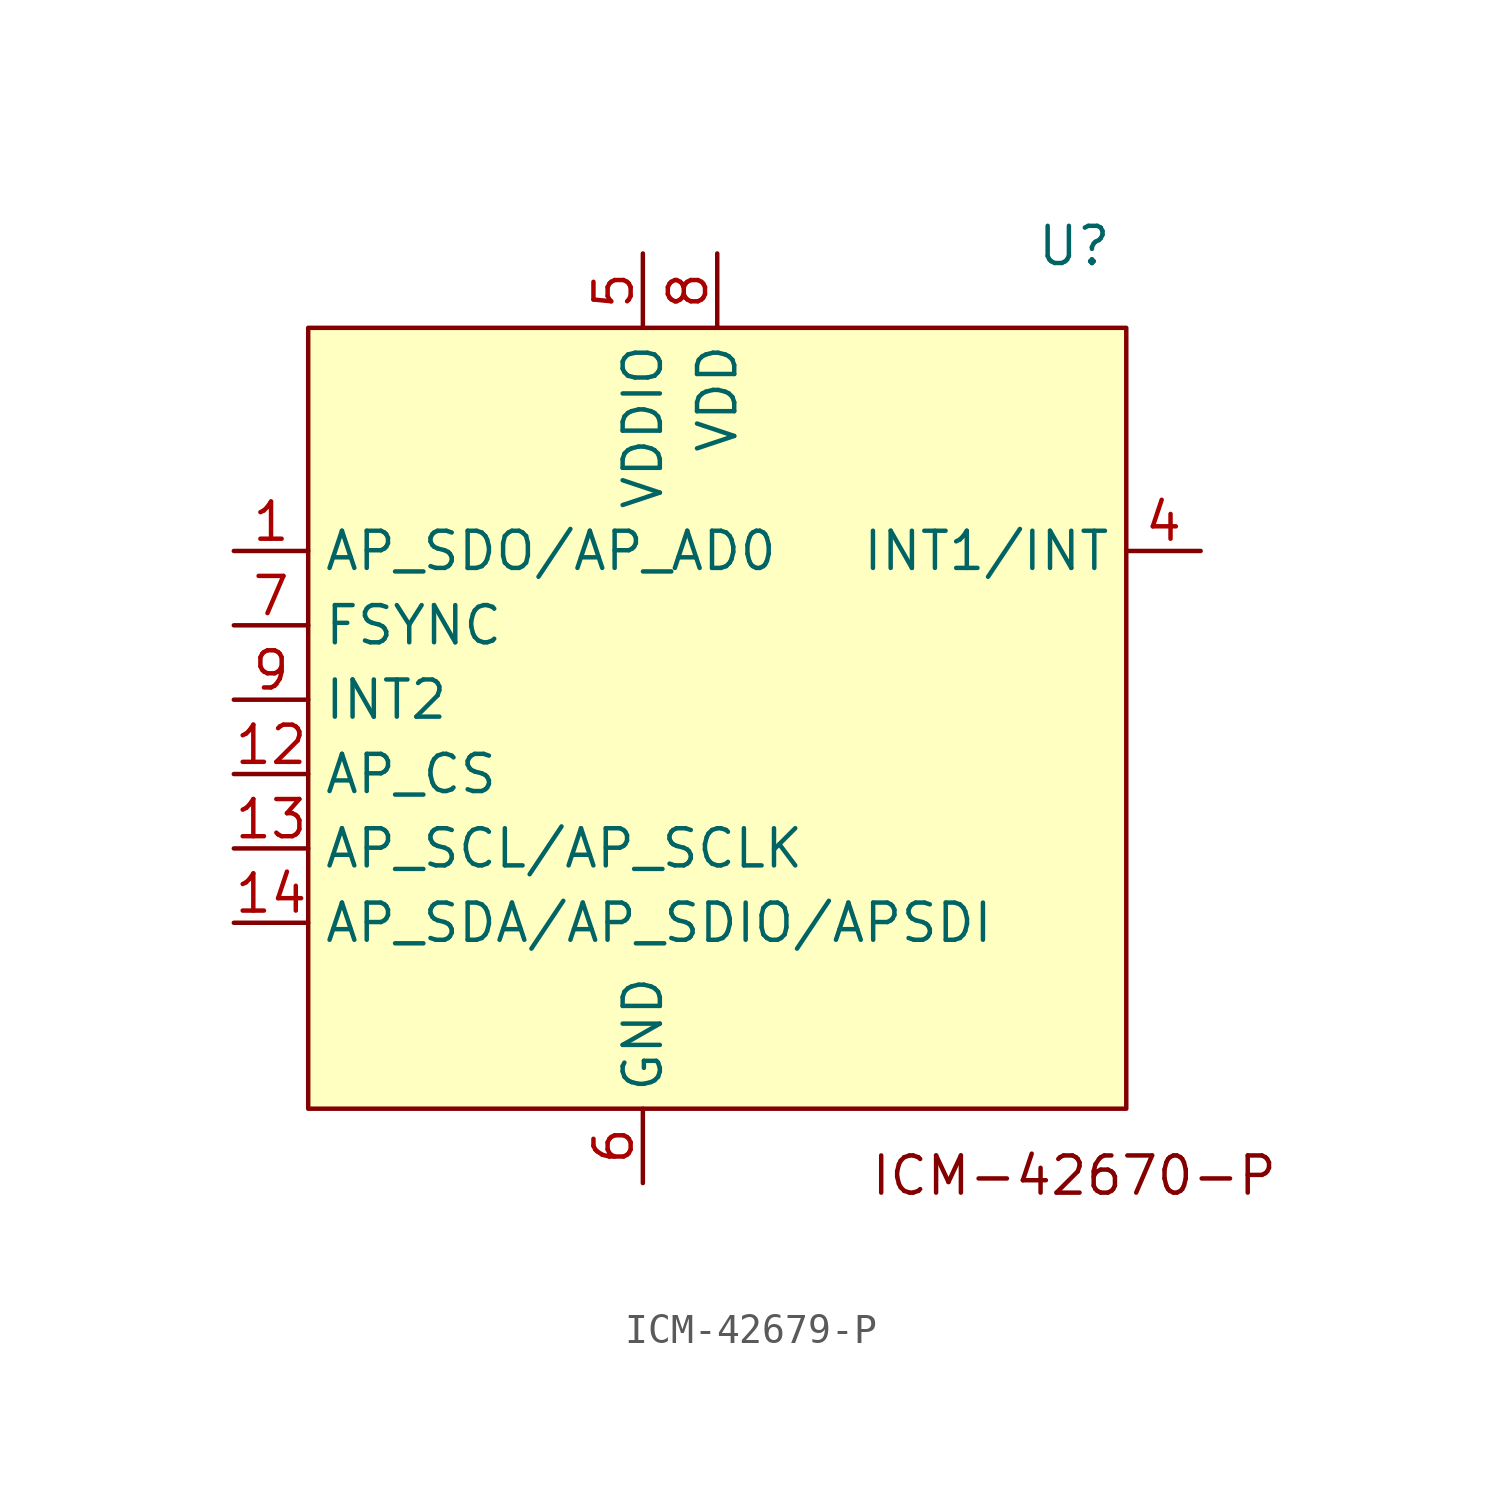
<source format=kicad_sym>
(kicad_symbol_lib
  (version 20231120)
  (generator "kicad_symbol_editor")
  (generator_version "8.0")
  (symbol "ICM-42679-P"
    (property "Reference" "U"
      (at 22.352 12.954 0)
      (effects (font (size 1.27 1.27))))
    (property "Value" ""
      (at 0 0 0)
      (effects (font (size 1.27 1.27))))
    (symbol "ICM-42679-P_1_1"
      (rectangle (start -3.81 10.16) (end 24.13 -16.51) (stroke (width 0) (type default)) (fill (type background)))
      (text "ICM-42670-P" (at 22.352 -18.796 0) (effects (font (size 1.27 1.27))))
      (pin bidirectional line (at -6.35 2.54 0) (length 2.54) (name "AP_SDO/AP_AD0" (effects (font (size 1.27 1.27)))) (number "1" (effects (font (size 1.27 1.27)))))
      (pin bidirectional line (at -6.35 -5.08 0) (length 2.54) (name "AP_CS" (effects (font (size 1.27 1.27)))) (number "12" (effects (font (size 1.27 1.27)))))
      (pin bidirectional line (at -6.35 -7.62 0) (length 2.54) (name "AP_SCL/AP_SCLK" (effects (font (size 1.27 1.27)))) (number "13" (effects (font (size 1.27 1.27)))))
      (pin bidirectional line (at -6.35 -10.16 0) (length 2.54) (name "AP_SDA/AP_SDIO/APSDI" (effects (font (size 1.27 1.27)))) (number "14" (effects (font (size 1.27 1.27)))))
      (pin bidirectional line (at 26.67 2.54 180) (length 2.54) (name "INT1/INT" (effects (font (size 1.27 1.27)))) (number "4" (effects (font (size 1.27 1.27)))))
      (pin power_in line (at 7.62 12.7 270) (length 2.54) (name "VDDIO" (effects (font (size 1.27 1.27)))) (number "5" (effects (font (size 1.27 1.27)))))
      (pin power_out line (at 7.62 -19.05 90) (length 2.54) (name "GND" (effects (font (size 1.27 1.27)))) (number "6" (effects (font (size 1.27 1.27)))))
      (pin input line (at -6.35 0 0) (length 2.54) (name "FSYNC" (effects (font (size 1.27 1.27)))) (number "7" (effects (font (size 1.27 1.27)))))
      (pin power_in line (at 10.16 12.7 270) (length 2.54) (name "VDD" (effects (font (size 1.27 1.27)))) (number "8" (effects (font (size 1.27 1.27)))))
      (pin bidirectional line (at -6.35 -2.54 0) (length 2.54) (name "INT2" (effects (font (size 1.27 1.27)))) (number "9" (effects (font (size 1.27 1.27))))))))
</source>
